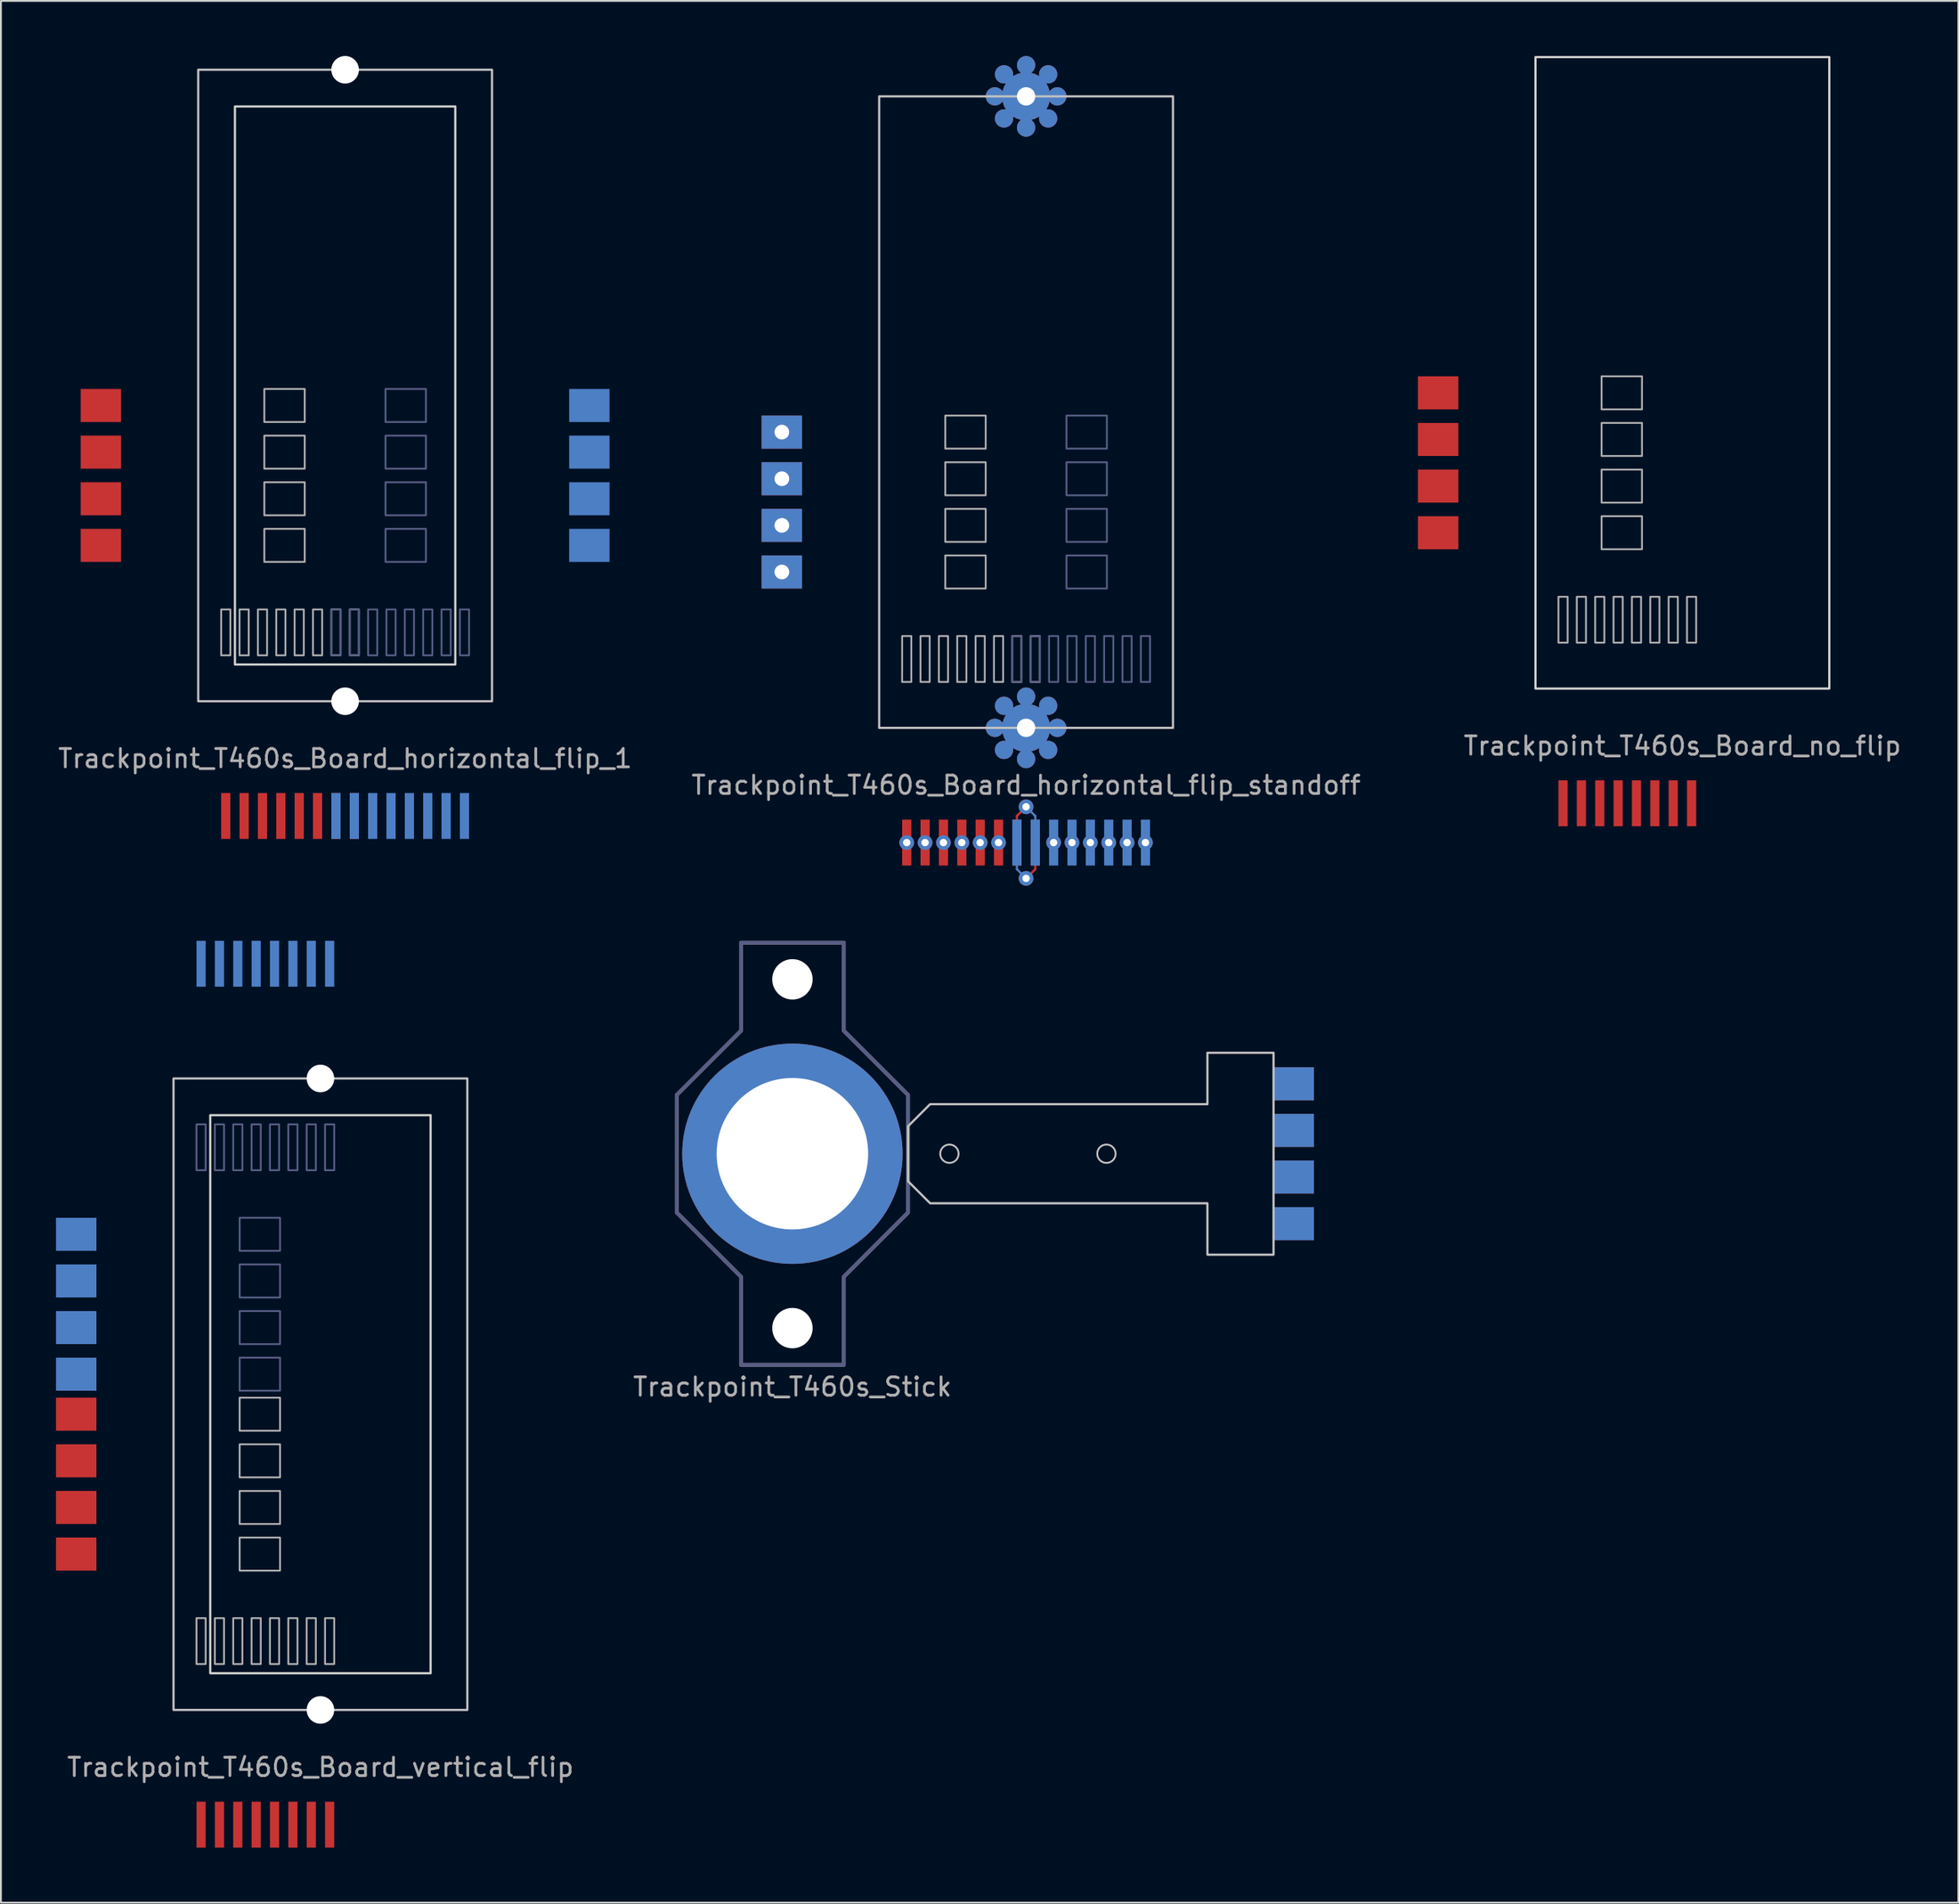
<source format=kicad_pcb>
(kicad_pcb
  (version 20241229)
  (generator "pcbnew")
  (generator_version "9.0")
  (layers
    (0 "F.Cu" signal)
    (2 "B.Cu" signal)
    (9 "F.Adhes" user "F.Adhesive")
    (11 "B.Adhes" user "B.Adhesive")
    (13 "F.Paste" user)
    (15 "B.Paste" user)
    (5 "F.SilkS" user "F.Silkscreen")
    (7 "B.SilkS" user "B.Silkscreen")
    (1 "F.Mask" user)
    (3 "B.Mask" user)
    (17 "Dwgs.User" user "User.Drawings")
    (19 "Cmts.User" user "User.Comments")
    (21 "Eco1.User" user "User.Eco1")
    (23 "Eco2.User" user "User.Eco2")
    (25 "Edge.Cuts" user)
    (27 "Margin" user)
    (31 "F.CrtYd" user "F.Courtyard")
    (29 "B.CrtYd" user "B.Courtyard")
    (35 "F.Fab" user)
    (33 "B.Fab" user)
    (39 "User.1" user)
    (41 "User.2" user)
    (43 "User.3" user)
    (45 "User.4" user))
  (footprint "Trackpoint_T460s_Board_horizontal_flip_1"
    (layer "F.Cu")
    (at 15.744 17.95)
    (property "Reference" "Trackpoint_T460s_Board_horizontal_flip_1" (at 0 20.32 0) (layer "F.Fab") (effects (font (size 1 1) (thickness 0.15))))
    (attr through_hole)
    (fp_rect (start -8 17.2) (end 8 -17.2) (stroke (width 0.12) (type default)) (fill no) (layer "Dwgs.User"))
    (fp_rect (start -6 15.2) (end 6 -15.2) (stroke (width 0.12) (type default)) (fill no) (layer "Edge.Cuts"))
    (fp_rect (start -0.75 12.2) (end -0.25 14.7) (stroke (width 0.1) (type solid)) (fill no) (layer "B.Fab"))
    (fp_rect (start 0.25 12.2) (end 0.75 14.7) (stroke (width 0.1) (type solid)) (fill no) (layer "B.Fab"))
    (fp_rect (start 1.25 12.2) (end 1.75 14.7) (stroke (width 0.1) (type solid)) (fill no) (layer "B.Fab"))
    (fp_rect (start 2.25 12.2) (end 2.75 14.7) (stroke (width 0.1) (type solid)) (fill no) (layer "B.Fab"))
    (fp_rect (start 3.25 12.2) (end 3.75 14.7) (stroke (width 0.1) (type solid)) (fill no) (layer "B.Fab"))
    (fp_rect (start 4.25 12.2) (end 4.75 14.7) (stroke (width 0.1) (type solid)) (fill no) (layer "B.Fab"))
    (fp_rect (start 4.4 1.99) (end 2.2 0.19) (stroke (width 0.1) (type solid)) (fill no) (layer "B.Fab"))
    (fp_rect (start 4.4 4.53) (end 2.2 2.73) (stroke (width 0.1) (type solid)) (fill no) (layer "B.Fab"))
    (fp_rect (start 4.4 7.07) (end 2.2 5.27) (stroke (width 0.1) (type solid)) (fill no) (layer "B.Fab"))
    (fp_rect (start 4.4 9.61) (end 2.2 7.81) (stroke (width 0.1) (type solid)) (fill no) (layer "B.Fab"))
    (fp_rect (start 5.25 12.2) (end 5.75 14.7) (stroke (width 0.1) (type solid)) (fill no) (layer "B.Fab"))
    (fp_rect (start 6.25 12.2) (end 6.75 14.7) (stroke (width 0.1) (type solid)) (fill no) (layer "B.Fab"))
    (fp_rect (start -6.25 12.2) (end -6.75 14.7) (stroke (width 0.1) (type solid)) (fill no) (layer "F.Fab"))
    (fp_rect (start -5.25 12.2) (end -5.75 14.7) (stroke (width 0.1) (type solid)) (fill no) (layer "F.Fab"))
    (fp_rect (start -4.4 1.99) (end -2.2 0.19) (stroke (width 0.1) (type solid)) (fill no) (layer "F.Fab"))
    (fp_rect (start -4.4 4.53) (end -2.2 2.73) (stroke (width 0.1) (type solid)) (fill no) (layer "F.Fab"))
    (fp_rect (start -4.4 7.07) (end -2.2 5.27) (stroke (width 0.1) (type solid)) (fill no) (layer "F.Fab"))
    (fp_rect (start -4.4 9.61) (end -2.2 7.81) (stroke (width 0.1) (type solid)) (fill no) (layer "F.Fab"))
    (fp_rect (start -4.25 12.2) (end -4.75 14.7) (stroke (width 0.1) (type solid)) (fill no) (layer "F.Fab"))
    (fp_rect (start -3.25 12.2) (end -3.75 14.7) (stroke (width 0.1) (type solid)) (fill no) (layer "F.Fab"))
    (fp_rect (start -2.25 12.2) (end -2.75 14.7) (stroke (width 0.1) (type solid)) (fill no) (layer "F.Fab"))
    (fp_rect (start -1.25 12.2) (end -1.75 14.7) (stroke (width 0.1) (type solid)) (fill no) (layer "F.Fab"))
    (fp_rect (start -0.25 12.2) (end -0.75 14.7) (stroke (width 0.1) (type solid)) (fill no) (layer "F.Fab"))
    (fp_rect (start 0.75 12.2) (end 0.25 14.7) (stroke (width 0.1) (type solid)) (fill no) (layer "F.Fab"))
    (pad "" np_thru_hole circle (at 0 -17.2) (size 1.5 1.5) (drill 1.5) (layers "*.Cu" "*.Mask"))
    (pad "" np_thru_hole circle (at 0 17.2) (size 1.5 1.5) (drill 1.5) (layers "*.Cu" "*.Mask"))
    (pad "1" smd rect (at -13.3 1.09 180) (size 2.2 1.8) (layers "F.Cu" "F.Mask" "F.Paste"))
    (pad "1" smd rect (at -6.5 23.45) (size 0.5 2.5) (layers "F.Cu" "F.Mask" "F.Paste"))
    (pad "1" smd rect (at 6.5 23.45) (size 0.5 2.5) (layers "B.Cu" "B.Mask" "B.Paste"))
    (pad "1" smd rect (at 13.3 1.09 180) (size 2.2 1.8) (layers "B.Cu" "B.Mask" "B.Paste"))
    (pad "2" smd rect (at -13.3 3.63 180) (size 2.2 1.8) (layers "F.Cu" "F.Mask" "F.Paste"))
    (pad "2" smd rect (at -5.5 23.45) (size 0.5 2.5) (layers "F.Cu" "F.Mask" "F.Paste"))
    (pad "2" smd rect (at 5.5 23.45) (size 0.5 2.5) (layers "B.Cu" "B.Mask" "B.Paste"))
    (pad "2" smd rect (at 13.3 3.63 180) (size 2.2 1.8) (layers "B.Cu" "B.Mask" "B.Paste"))
    (pad "3" smd rect (at -13.3 6.17 180) (size 2.2 1.8) (layers "F.Cu" "F.Mask" "F.Paste"))
    (pad "3" smd rect (at -4.5 23.45) (size 0.5 2.5) (layers "F.Cu" "F.Mask" "F.Paste"))
    (pad "3" smd rect (at 4.5 23.45) (size 0.5 2.5) (layers "B.Cu" "B.Mask" "B.Paste"))
    (pad "3" smd rect (at 13.3 6.17 180) (size 2.2 1.8) (layers "B.Cu" "B.Mask" "B.Paste"))
    (pad "4" smd rect (at -13.3 8.71 180) (size 2.2 1.8) (layers "F.Cu" "F.Mask" "F.Paste"))
    (pad "4" smd rect (at -3.5 23.45) (size 0.5 2.5) (layers "F.Cu" "F.Mask" "F.Paste"))
    (pad "4" smd rect (at 3.5 23.45) (size 0.5 2.5) (layers "B.Cu" "B.Mask" "B.Paste"))
    (pad "4" smd rect (at 13.3 8.71 180) (size 2.2 1.8) (layers "B.Cu" "B.Mask" "B.Paste"))
    (pad "5" smd rect (at -2.5 23.45) (size 0.5 2.5) (layers "F.Cu" "F.Mask" "F.Paste"))
    (pad "5" smd rect (at 2.5 23.45) (size 0.5 2.5) (layers "B.Cu" "B.Mask" "B.Paste"))
    (pad "6" smd rect (at -1.5 23.45) (size 0.5 2.5) (layers "F.Cu" "F.Mask" "F.Paste"))
    (pad "6" smd rect (at 1.5 23.45) (size 0.5 2.5) (layers "B.Cu" "B.Mask" "B.Paste"))
    (pad "7" smd rect (at -0.5 23.45) (size 0.5 2.5) (layers "F.Cu" "F.Mask" "F.Paste"))
    (pad "7" smd rect (at 0.5 23.45) (size 0.5 2.5) (layers "B.Cu" "B.Mask" "B.Paste"))
    (pad "8" smd rect (at -0.5 23.45) (size 0.5 2.5) (layers "B.Cu" "B.Mask" "B.Paste"))
    (pad "8" smd rect (at 0.5 23.45) (size 0.5 2.5) (layers "F.Cu" "F.Mask" "F.Paste")))
  (footprint "Trackpoint_T460s_Board_vertical_flip"
    (layer "F.Cu")
    (at 14.4 72.9)
    (property "Reference" "Trackpoint_T460s_Board_vertical_flip" (at 0 20.32 0) (layer "F.Fab") (effects (font (size 1 1) (thickness 0.15))))
    (attr through_hole)
    (fp_rect (start -8 17.2) (end 8 -17.2) (stroke (width 0.12) (type default)) (fill no) (layer "Dwgs.User"))
    (fp_rect (start -6 15.2) (end 6 -15.2) (stroke (width 0.12) (type default)) (fill no) (layer "Edge.Cuts"))
    (fp_rect (start -6.25 -12.2) (end -6.75 -14.7) (stroke (width 0.1) (type solid)) (fill no) (layer "B.Fab"))
    (fp_rect (start -5.25 -12.2) (end -5.75 -14.7) (stroke (width 0.1) (type solid)) (fill no) (layer "B.Fab"))
    (fp_rect (start -4.4 -9.61) (end -2.2 -7.81) (stroke (width 0.1) (type solid)) (fill no) (layer "B.Fab"))
    (fp_rect (start -4.4 -7.07) (end -2.2 -5.27) (stroke (width 0.1) (type solid)) (fill no) (layer "B.Fab"))
    (fp_rect (start -4.4 -4.53) (end -2.2 -2.73) (stroke (width 0.1) (type solid)) (fill no) (layer "B.Fab"))
    (fp_rect (start -4.4 -1.99) (end -2.2 -0.19) (stroke (width 0.1) (type solid)) (fill no) (layer "B.Fab"))
    (fp_rect (start -4.25 -12.2) (end -4.75 -14.7) (stroke (width 0.1) (type solid)) (fill no) (layer "B.Fab"))
    (fp_rect (start -3.25 -12.2) (end -3.75 -14.7) (stroke (width 0.1) (type solid)) (fill no) (layer "B.Fab"))
    (fp_rect (start -2.25 -12.2) (end -2.75 -14.7) (stroke (width 0.1) (type solid)) (fill no) (layer "B.Fab"))
    (fp_rect (start -1.25 -12.2) (end -1.75 -14.7) (stroke (width 0.1) (type solid)) (fill no) (layer "B.Fab"))
    (fp_rect (start -0.25 -12.2) (end -0.75 -14.7) (stroke (width 0.1) (type solid)) (fill no) (layer "B.Fab"))
    (fp_rect (start 0.75 -12.2) (end 0.25 -14.7) (stroke (width 0.1) (type solid)) (fill no) (layer "B.Fab"))
    (fp_rect (start -6.25 12.2) (end -6.75 14.7) (stroke (width 0.1) (type solid)) (fill no) (layer "F.Fab"))
    (fp_rect (start -5.25 12.2) (end -5.75 14.7) (stroke (width 0.1) (type solid)) (fill no) (layer "F.Fab"))
    (fp_rect (start -4.4 1.99) (end -2.2 0.19) (stroke (width 0.1) (type solid)) (fill no) (layer "F.Fab"))
    (fp_rect (start -4.4 4.53) (end -2.2 2.73) (stroke (width 0.1) (type solid)) (fill no) (layer "F.Fab"))
    (fp_rect (start -4.4 7.07) (end -2.2 5.27) (stroke (width 0.1) (type solid)) (fill no) (layer "F.Fab"))
    (fp_rect (start -4.4 9.61) (end -2.2 7.81) (stroke (width 0.1) (type solid)) (fill no) (layer "F.Fab"))
    (fp_rect (start -4.25 12.2) (end -4.75 14.7) (stroke (width 0.1) (type solid)) (fill no) (layer "F.Fab"))
    (fp_rect (start -3.25 12.2) (end -3.75 14.7) (stroke (width 0.1) (type solid)) (fill no) (layer "F.Fab"))
    (fp_rect (start -2.25 12.2) (end -2.75 14.7) (stroke (width 0.1) (type solid)) (fill no) (layer "F.Fab"))
    (fp_rect (start -1.25 12.2) (end -1.75 14.7) (stroke (width 0.1) (type solid)) (fill no) (layer "F.Fab"))
    (fp_rect (start -0.25 12.2) (end -0.75 14.7) (stroke (width 0.1) (type solid)) (fill no) (layer "F.Fab"))
    (fp_rect (start 0.75 12.2) (end 0.25 14.7) (stroke (width 0.1) (type solid)) (fill no) (layer "F.Fab"))
    (pad "" np_thru_hole circle (at 0 -17.2) (size 1.5 1.5) (drill 1.5) (layers "*.Cu" "*.Mask"))
    (pad "" np_thru_hole circle (at 0 17.2) (size 1.5 1.5) (drill 1.5) (layers "*.Cu" "*.Mask"))
    (pad "1" smd rect (at -13.3 -1.09) (size 2.2 1.8) (layers "B.Cu" "B.Mask" "B.Paste"))
    (pad "1" smd rect (at -13.3 1.09 180) (size 2.2 1.8) (layers "F.Cu" "F.Mask" "F.Paste"))
    (pad "1" smd rect (at -6.5 -23.45 180) (size 0.5 2.5) (layers "B.Cu" "B.Mask" "B.Paste"))
    (pad "1" smd rect (at -6.5 23.45) (size 0.5 2.5) (layers "F.Cu" "F.Mask" "F.Paste"))
    (pad "2" smd rect (at -13.3 -3.63) (size 2.2 1.8) (layers "B.Cu" "B.Mask" "B.Paste"))
    (pad "2" smd rect (at -13.3 3.63 180) (size 2.2 1.8) (layers "F.Cu" "F.Mask" "F.Paste"))
    (pad "2" smd rect (at -5.5 -23.45 180) (size 0.5 2.5) (layers "B.Cu" "B.Mask" "B.Paste"))
    (pad "2" smd rect (at -5.5 23.45) (size 0.5 2.5) (layers "F.Cu" "F.Mask" "F.Paste"))
    (pad "3" smd rect (at -13.3 -6.17) (size 2.2 1.8) (layers "B.Cu" "B.Mask" "B.Paste"))
    (pad "3" smd rect (at -13.3 6.17 180) (size 2.2 1.8) (layers "F.Cu" "F.Mask" "F.Paste"))
    (pad "3" smd rect (at -4.5 -23.45 180) (size 0.5 2.5) (layers "B.Cu" "B.Mask" "B.Paste"))
    (pad "3" smd rect (at -4.5 23.45) (size 0.5 2.5) (layers "F.Cu" "F.Mask" "F.Paste"))
    (pad "4" smd rect (at -13.3 -8.71) (size 2.2 1.8) (layers "B.Cu" "B.Mask" "B.Paste"))
    (pad "4" smd rect (at -13.3 8.71 180) (size 2.2 1.8) (layers "F.Cu" "F.Mask" "F.Paste"))
    (pad "4" smd rect (at -3.5 -23.45 180) (size 0.5 2.5) (layers "B.Cu" "B.Mask" "B.Paste"))
    (pad "4" smd rect (at -3.5 23.45) (size 0.5 2.5) (layers "F.Cu" "F.Mask" "F.Paste"))
    (pad "5" smd rect (at -2.5 -23.45 180) (size 0.5 2.5) (layers "B.Cu" "B.Mask" "B.Paste"))
    (pad "5" smd rect (at -2.5 23.45) (size 0.5 2.5) (layers "F.Cu" "F.Mask" "F.Paste"))
    (pad "6" smd rect (at -1.5 -23.45 180) (size 0.5 2.5) (layers "B.Cu" "B.Mask" "B.Paste"))
    (pad "6" smd rect (at -1.5 23.45) (size 0.5 2.5) (layers "F.Cu" "F.Mask" "F.Paste"))
    (pad "7" smd rect (at -0.5 -23.45 180) (size 0.5 2.5) (layers "B.Cu" "B.Mask" "B.Paste"))
    (pad "7" smd rect (at -0.5 23.45) (size 0.5 2.5) (layers "F.Cu" "F.Mask" "F.Paste"))
    (pad "8" smd rect (at 0.5 -23.45 180) (size 0.5 2.5) (layers "B.Cu" "B.Mask" "B.Paste"))
    (pad "8" smd rect (at 0.5 23.45) (size 0.5 2.5) (layers "F.Cu" "F.Mask" "F.Paste")))
  (footprint "Trackpoint_T460s_Board_no_flip"
    (layer "F.Cu")
    (at 88.567 17.26)
    (property "Reference" "Trackpoint_T460s_Board_no_flip" (at 0 20.32 0) (layer "F.Fab") (effects (font (size 1 1) (thickness 0.15))))
    (attr through_hole)
    (fp_rect (start -8 17.2) (end 8 -17.2) (stroke (width 0.12) (type default)) (fill no) (layer "Edge.Cuts"))
    (fp_rect (start -6.25 12.2) (end -6.75 14.7) (stroke (width 0.1) (type solid)) (fill no) (layer "F.Fab"))
    (fp_rect (start -5.25 12.2) (end -5.75 14.7) (stroke (width 0.1) (type solid)) (fill no) (layer "F.Fab"))
    (fp_rect (start -4.4 1.99) (end -2.2 0.19) (stroke (width 0.1) (type solid)) (fill no) (layer "F.Fab"))
    (fp_rect (start -4.4 4.53) (end -2.2 2.73) (stroke (width 0.1) (type solid)) (fill no) (layer "F.Fab"))
    (fp_rect (start -4.4 7.07) (end -2.2 5.27) (stroke (width 0.1) (type solid)) (fill no) (layer "F.Fab"))
    (fp_rect (start -4.4 9.61) (end -2.2 7.81) (stroke (width 0.1) (type solid)) (fill no) (layer "F.Fab"))
    (fp_rect (start -4.25 12.2) (end -4.75 14.7) (stroke (width 0.1) (type solid)) (fill no) (layer "F.Fab"))
    (fp_rect (start -3.25 12.2) (end -3.75 14.7) (stroke (width 0.1) (type solid)) (fill no) (layer "F.Fab"))
    (fp_rect (start -2.25 12.2) (end -2.75 14.7) (stroke (width 0.1) (type solid)) (fill no) (layer "F.Fab"))
    (fp_rect (start -1.25 12.2) (end -1.75 14.7) (stroke (width 0.1) (type solid)) (fill no) (layer "F.Fab"))
    (fp_rect (start -0.25 12.2) (end -0.75 14.7) (stroke (width 0.1) (type solid)) (fill no) (layer "F.Fab"))
    (fp_rect (start 0.75 12.2) (end 0.25 14.7) (stroke (width 0.1) (type solid)) (fill no) (layer "F.Fab"))
    (pad "1" smd rect (at -13.3 1.09 180) (size 2.2 1.8) (layers "F.Cu" "F.Mask" "F.Paste"))
    (pad "1" smd rect (at -6.5 23.45) (size 0.5 2.5) (layers "F.Cu" "F.Mask" "F.Paste"))
    (pad "2" smd rect (at -13.3 3.63 180) (size 2.2 1.8) (layers "F.Cu" "F.Mask" "F.Paste"))
    (pad "2" smd rect (at -5.5 23.45) (size 0.5 2.5) (layers "F.Cu" "F.Mask" "F.Paste"))
    (pad "3" smd rect (at -13.3 6.17 180) (size 2.2 1.8) (layers "F.Cu" "F.Mask" "F.Paste"))
    (pad "3" smd rect (at -4.5 23.45) (size 0.5 2.5) (layers "F.Cu" "F.Mask" "F.Paste"))
    (pad "4" smd rect (at -13.3 8.71 180) (size 2.2 1.8) (layers "F.Cu" "F.Mask" "F.Paste"))
    (pad "4" smd rect (at -3.5 23.45) (size 0.5 2.5) (layers "F.Cu" "F.Mask" "F.Paste"))
    (pad "5" smd rect (at -2.5 23.45) (size 0.5 2.5) (layers "F.Cu" "F.Mask" "F.Paste"))
    (pad "6" smd rect (at -1.5 23.45) (size 0.5 2.5) (layers "F.Cu" "F.Mask" "F.Paste"))
    (pad "7" smd rect (at -0.5 23.45) (size 0.5 2.5) (layers "F.Cu" "F.Mask" "F.Paste"))
    (pad "8" smd rect (at 0.5 23.45) (size 0.5 2.5) (layers "F.Cu" "F.Mask" "F.Paste")))
  (footprint "Trackpoint_T460s_Stick"
    (layer "F.Cu")
    (at 40.102 59.8)
    (property "Reference" "Trackpoint_T460s_Stick" (at 0 12.7 0) (layer "F.Fab") (effects (font (size 1 1) (thickness 0.15))))
    (attr through_hole)
    (fp_circle (center 8.55 0) (end 9.05 0) (stroke (width 0.1) (type solid)) (fill no) (layer "Dwgs.User"))
    (fp_circle (center 17.1 0) (end 17.6 0) (stroke (width 0.1) (type solid)) (fill no) (layer "Dwgs.User"))
    (fp_poly (pts (xy 7.5 -2.7) (xy 6.3 -1.5) (xy 6.3 1.5) (xy 7.5 2.7) (xy 22.6 2.7) (xy 22.6 5.5) (xy 26.2 5.5) (xy 26.2 -5.5) (xy 22.6 -5.5) (xy 22.6 -2.7)) (stroke (width 0.12) (type solid)) (fill no) (layer "Dwgs.User"))
    (fp_poly (pts (xy -6.3 -3.2) (xy -6.3 3.2) (xy -2.8 6.7) (xy -2.8 11.5) (xy 2.8 11.5) (xy 2.8 6.7) (xy 6.3 3.2) (xy 6.3 -3.2) (xy 2.8 -6.7) (xy 2.8 -11.5) (xy -2.8 -11.5) (xy -2.8 -6.7)) (stroke (width 0.2) (type solid)) (fill no) (layer "B.Fab"))
    (fp_poly (pts (xy 2.8 -6.7) (xy 6.3 -3.2) (xy 6.3 3.2) (xy 2.8 6.7) (xy 2.8 11.5) (xy -2.8 11.5) (xy -2.8 6.7) (xy -6.3 3.2) (xy -6.3 -3.2) (xy -2.8 -6.7) (xy -2.8 -11.5) (xy 2.8 -11.5)) (stroke (width 0.2) (type solid)) (fill no) (layer "F.Fab"))
    (pad "" np_thru_hole circle (at 0 -9.5 180) (size 2.2 2.2) (drill 2.2) (layers "*.Cu" "*.Mask"))
    (pad "" thru_hole circle (at 0 0 180) (size 12 12) (drill 8.25) (layers "*.Cu" "*.Mask"))
    (pad "" np_thru_hole circle (at 0 9.5 180) (size 2.2 2.2) (drill 2.2) (layers "*.Cu" "*.Mask"))
    (pad "1" smd rect (at 27.3 -3.81 180) (size 2.2 1.8) (layers "F.Cu" "F.Mask" "F.Paste"))
    (pad "1" smd rect (at 27.3 3.81 180) (size 2.2 1.8) (layers "B.Cu" "B.Mask" "B.Paste"))
    (pad "2" smd rect (at 27.3 -1.27 180) (size 2.2 1.8) (layers "F.Cu" "F.Mask" "F.Paste"))
    (pad "2" smd rect (at 27.3 1.27 180) (size 2.2 1.8) (layers "B.Cu" "B.Mask" "B.Paste"))
    (pad "3" smd rect (at 27.3 -1.27 180) (size 2.2 1.8) (layers "B.Cu" "B.Mask" "B.Paste"))
    (pad "3" smd rect (at 27.3 1.27 180) (size 2.2 1.8) (layers "F.Cu" "F.Mask" "F.Paste"))
    (pad "4" smd rect (at 27.3 -3.81 180) (size 2.2 1.8) (layers "B.Cu" "B.Mask" "B.Paste"))
    (pad "4" smd rect (at 27.3 3.81 180) (size 2.2 1.8) (layers "F.Cu" "F.Mask" "F.Paste")))
  (footprint "Trackpoint_T460s_Board_horizontal_flip_standoff"
    (layer "F.Cu")
    (at 52.827 19.4)
    (property "Reference" "Trackpoint_T460s_Board_horizontal_flip_standoff" (at 0 20.32 0) (layer "F.Fab") (effects (font (size 1 1) (thickness 0.15))))
    (attr through_hole)
    (fp_line (start -0.5 22) (end -0.5 22.2) (stroke (width 0.12) (type default)) (layer "F.Cu"))
    (fp_line (start -0.5 22) (end 0 21.5) (stroke (width 0.12) (type default)) (layer "F.Cu"))
    (fp_line (start 0.5 24.9) (end 0 25.4) (stroke (width 0.12) (type default)) (layer "F.Cu"))
    (fp_line (start 0.5 24.9) (end 0.5 24.7) (stroke (width 0.12) (type default)) (layer "F.Cu"))
    (fp_line (start -0.5 24.9) (end -0.5 24.7) (stroke (width 0.12) (type default)) (layer "B.Cu"))
    (fp_line (start -0.5 24.9) (end 0 25.4) (stroke (width 0.12) (type default)) (layer "B.Cu"))
    (fp_line (start 0.5 22) (end 0 21.5) (stroke (width 0.12) (type default)) (layer "B.Cu"))
    (fp_line (start 0.5 22) (end 0.5 22.2) (stroke (width 0.12) (type default)) (layer "B.Cu"))
    (fp_rect (start -8 17.2) (end 8 -17.2) (stroke (width 0.12) (type default)) (fill no) (layer "Dwgs.User"))
    (fp_rect (start -0.75 12.2) (end -0.25 14.7) (stroke (width 0.1) (type solid)) (fill no) (layer "B.Fab"))
    (fp_rect (start 0.25 12.2) (end 0.75 14.7) (stroke (width 0.1) (type solid)) (fill no) (layer "B.Fab"))
    (fp_rect (start 1.25 12.2) (end 1.75 14.7) (stroke (width 0.1) (type solid)) (fill no) (layer "B.Fab"))
    (fp_rect (start 2.25 12.2) (end 2.75 14.7) (stroke (width 0.1) (type solid)) (fill no) (layer "B.Fab"))
    (fp_rect (start 3.25 12.2) (end 3.75 14.7) (stroke (width 0.1) (type solid)) (fill no) (layer "B.Fab"))
    (fp_rect (start 4.25 12.2) (end 4.75 14.7) (stroke (width 0.1) (type solid)) (fill no) (layer "B.Fab"))
    (fp_rect (start 4.4 1.99) (end 2.2 0.19) (stroke (width 0.1) (type solid)) (fill no) (layer "B.Fab"))
    (fp_rect (start 4.4 4.53) (end 2.2 2.73) (stroke (width 0.1) (type solid)) (fill no) (layer "B.Fab"))
    (fp_rect (start 4.4 7.07) (end 2.2 5.27) (stroke (width 0.1) (type solid)) (fill no) (layer "B.Fab"))
    (fp_rect (start 4.4 9.61) (end 2.2 7.81) (stroke (width 0.1) (type solid)) (fill no) (layer "B.Fab"))
    (fp_rect (start 5.25 12.2) (end 5.75 14.7) (stroke (width 0.1) (type solid)) (fill no) (layer "B.Fab"))
    (fp_rect (start 6.25 12.2) (end 6.75 14.7) (stroke (width 0.1) (type solid)) (fill no) (layer "B.Fab"))
    (fp_rect (start -6.25 12.2) (end -6.75 14.7) (stroke (width 0.1) (type solid)) (fill no) (layer "F.Fab"))
    (fp_rect (start -5.25 12.2) (end -5.75 14.7) (stroke (width 0.1) (type solid)) (fill no) (layer "F.Fab"))
    (fp_rect (start -4.4 1.99) (end -2.2 0.19) (stroke (width 0.1) (type solid)) (fill no) (layer "F.Fab"))
    (fp_rect (start -4.4 4.53) (end -2.2 2.73) (stroke (width 0.1) (type solid)) (fill no) (layer "F.Fab"))
    (fp_rect (start -4.4 7.07) (end -2.2 5.27) (stroke (width 0.1) (type solid)) (fill no) (layer "F.Fab"))
    (fp_rect (start -4.4 9.61) (end -2.2 7.81) (stroke (width 0.1) (type solid)) (fill no) (layer "F.Fab"))
    (fp_rect (start -4.25 12.2) (end -4.75 14.7) (stroke (width 0.1) (type solid)) (fill no) (layer "F.Fab"))
    (fp_rect (start -3.25 12.2) (end -3.75 14.7) (stroke (width 0.1) (type solid)) (fill no) (layer "F.Fab"))
    (fp_rect (start -2.25 12.2) (end -2.75 14.7) (stroke (width 0.1) (type solid)) (fill no) (layer "F.Fab"))
    (fp_rect (start -1.25 12.2) (end -1.75 14.7) (stroke (width 0.1) (type solid)) (fill no) (layer "F.Fab"))
    (fp_rect (start -0.25 12.2) (end -0.75 14.7) (stroke (width 0.1) (type solid)) (fill no) (layer "F.Fab"))
    (fp_rect (start 0.75 12.2) (end 0.25 14.7) (stroke (width 0.1) (type solid)) (fill no) (layer "F.Fab"))
    (pad "" thru_hole custom (at 0 -17.2) (size 1 1) (drill 2.5) (layers "*.Cu" "*.Mask") (remove_unused_layers yes) (keep_end_layers yes) (zone_layer_connections) (options (anchor circle)) (primitives (gr_circle (center 0 1.7) (end 0.5 1.7) (width 0) (fill yes)) (gr_circle (center 0 0) (end 1.25 0) (width 0.12) (fill yes)) (gr_circle (center 1.202 1.202) (end 1.556 0.849) (width 0) (fill yes)) (gr_circle (center 1.7 0) (end 1.7 -0.5) (width 0) (fill yes)) (gr_circle (center 1.202 -1.202) (end 0.849 -1.556) (width 0) (fill yes)) (gr_circle (center 0 -1.7) (end -0.5 -1.7) (width 0) (fill yes)) (gr_circle (center -1.202 -1.202) (end -1.556 -0.849) (width 0) (fill yes)) (gr_circle (center -1.7 0) (end -1.7 0.5) (width 0) (fill yes)) (gr_circle (center -1.202 1.202) (end -0.849 1.556) (width 0) (fill yes))))
    (pad "" thru_hole custom (at 0 17.2) (size 1 1) (drill 2.5) (layers "*.Cu" "*.Mask") (remove_unused_layers yes) (keep_end_layers yes) (zone_layer_connections) (options (anchor circle)) (primitives (gr_circle (center 0 1.7) (end 0.5 1.7) (width 0) (fill yes)) (gr_circle (center 0 0) (end 1.25 0) (width 0.12) (fill yes)) (gr_circle (center 1.202 1.202) (end 1.556 0.849) (width 0) (fill yes)) (gr_circle (center 1.7 0) (end 1.7 -0.5) (width 0) (fill yes)) (gr_circle (center 1.202 -1.202) (end 0.849 -1.556) (width 0) (fill yes)) (gr_circle (center 0 -1.7) (end -0.5 -1.7) (width 0) (fill yes)) (gr_circle (center -1.202 -1.202) (end -1.556 -0.849) (width 0) (fill yes)) (gr_circle (center -1.7 0) (end -1.7 0.5) (width 0) (fill yes)) (gr_circle (center -1.202 1.202) (end -0.849 1.556) (width 0) (fill yes))))
    (pad "1" smd rect (at -6.5 23.45) (size 0.5 2.5) (layers "F.Cu" "F.Mask" "F.Paste"))
    (pad "1" thru_hole circle (at -6.5 23.45 180) (size 0.8 0.8) (drill 0.4) (layers "*.Cu"))
    (pad "1" smd rect (at 6.5 23.45) (size 0.5 2.5) (layers "B.Cu" "B.Mask" "B.Paste"))
    (pad "1" thru_hole circle (at 6.5 23.45 180) (size 0.8 0.8) (drill 0.4) (layers "*.Cu"))
    (pad "2" smd rect (at -5.5 23.45) (size 0.5 2.5) (layers "F.Cu" "F.Mask" "F.Paste"))
    (pad "2" thru_hole circle (at -5.5 23.45 180) (size 0.8 0.8) (drill 0.4) (layers "*.Cu"))
    (pad "2" smd rect (at 5.5 23.45) (size 0.5 2.5) (layers "B.Cu" "B.Mask" "B.Paste"))
    (pad "2" thru_hole circle (at 5.5 23.45 180) (size 0.8 0.8) (drill 0.4) (layers "*.Cu"))
    (pad "3" smd rect (at -4.5 23.45) (size 0.5 2.5) (layers "F.Cu" "F.Mask" "F.Paste"))
    (pad "3" thru_hole circle (at -4.5 23.45 180) (size 0.8 0.8) (drill 0.4) (layers "*.Cu"))
    (pad "3" smd rect (at 4.5 23.45) (size 0.5 2.5) (layers "B.Cu" "B.Mask" "B.Paste"))
    (pad "3" thru_hole circle (at 4.5 23.45 180) (size 0.8 0.8) (drill 0.4) (layers "*.Cu"))
    (pad "4" smd rect (at -3.5 23.45) (size 0.5 2.5) (layers "F.Cu" "F.Mask" "F.Paste"))
    (pad "4" thru_hole circle (at -3.5 23.45 180) (size 0.8 0.8) (drill 0.4) (layers "*.Cu"))
    (pad "4" smd rect (at 3.5 23.45) (size 0.5 2.5) (layers "B.Cu" "B.Mask" "B.Paste"))
    (pad "4" thru_hole circle (at 3.5 23.45 180) (size 0.8 0.8) (drill 0.4) (layers "*.Cu"))
    (pad "5" smd rect (at -2.5 23.45) (size 0.5 2.5) (layers "F.Cu" "F.Mask" "F.Paste"))
    (pad "5" thru_hole circle (at -2.5 23.45 180) (size 0.8 0.8) (drill 0.4) (layers "*.Cu"))
    (pad "5" smd rect (at 2.5 23.45) (size 0.5 2.5) (layers "B.Cu" "B.Mask" "B.Paste"))
    (pad "5" thru_hole circle (at 2.5 23.45 180) (size 0.8 0.8) (drill 0.4) (layers "*.Cu"))
    (pad "6" smd rect (at -1.5 23.45) (size 0.5 2.5) (layers "F.Cu" "F.Mask" "F.Paste"))
    (pad "6" thru_hole circle (at -1.5 23.45 180) (size 0.8 0.8) (drill 0.4) (layers "*.Cu"))
    (pad "6" smd rect (at 1.5 23.45) (size 0.5 2.5) (layers "B.Cu" "B.Mask" "B.Paste"))
    (pad "6" thru_hole circle (at 1.5 23.45 180) (size 0.8 0.8) (drill 0.4) (layers "*.Cu"))
    (pad "7" smd rect (at -0.5 23.45) (size 0.5 2.5) (layers "F.Cu" "F.Mask" "F.Paste"))
    (pad "7" thru_hole circle (at 0 21.5 180) (size 0.8 0.8) (drill 0.4) (layers "*.Cu" "*.Paste" "*.Mask"))
    (pad "7" smd rect (at 0.5 23.45) (size 0.5 2.5) (layers "B.Cu" "B.Mask" "B.Paste"))
    (pad "8" smd rect (at -0.5 23.45) (size 0.5 2.5) (layers "B.Cu" "B.Mask" "B.Paste"))
    (pad "8" thru_hole circle (at 0 25.4) (size 0.8 0.8) (drill 0.4) (layers "*.Cu" "*.Paste" "*.Mask"))
    (pad "8" smd rect (at 0.5 23.45) (size 0.5 2.5) (layers "F.Cu" "F.Mask" "F.Paste"))
    (pad "A" thru_hole rect (at -13.3 1.09 180) (size 2.2 1.8) (drill 0.8) (layers "*.Cu" "*.Paste" "*.Mask"))
    (pad "B" thru_hole rect (at -13.3 3.63 180) (size 2.2 1.8) (drill 0.8) (layers "*.Cu" "*.Paste" "*.Mask"))
    (pad "C" thru_hole rect (at -13.3 6.17 180) (size 2.2 1.8) (drill 0.8) (layers "*.Cu" "*.Paste" "*.Mask"))
    (pad "D" thru_hole rect (at -13.3 8.71 180) (size 2.2 1.8) (drill 0.8) (layers "*.Cu" "*.Paste" "*.Mask")))
  (gr_rect
    (start -3 -3)
    (end 103.596 100.6)
    (stroke (width 0.1) (type default))
    (fill no)
    (layer "Edge.Cuts")))
</source>
